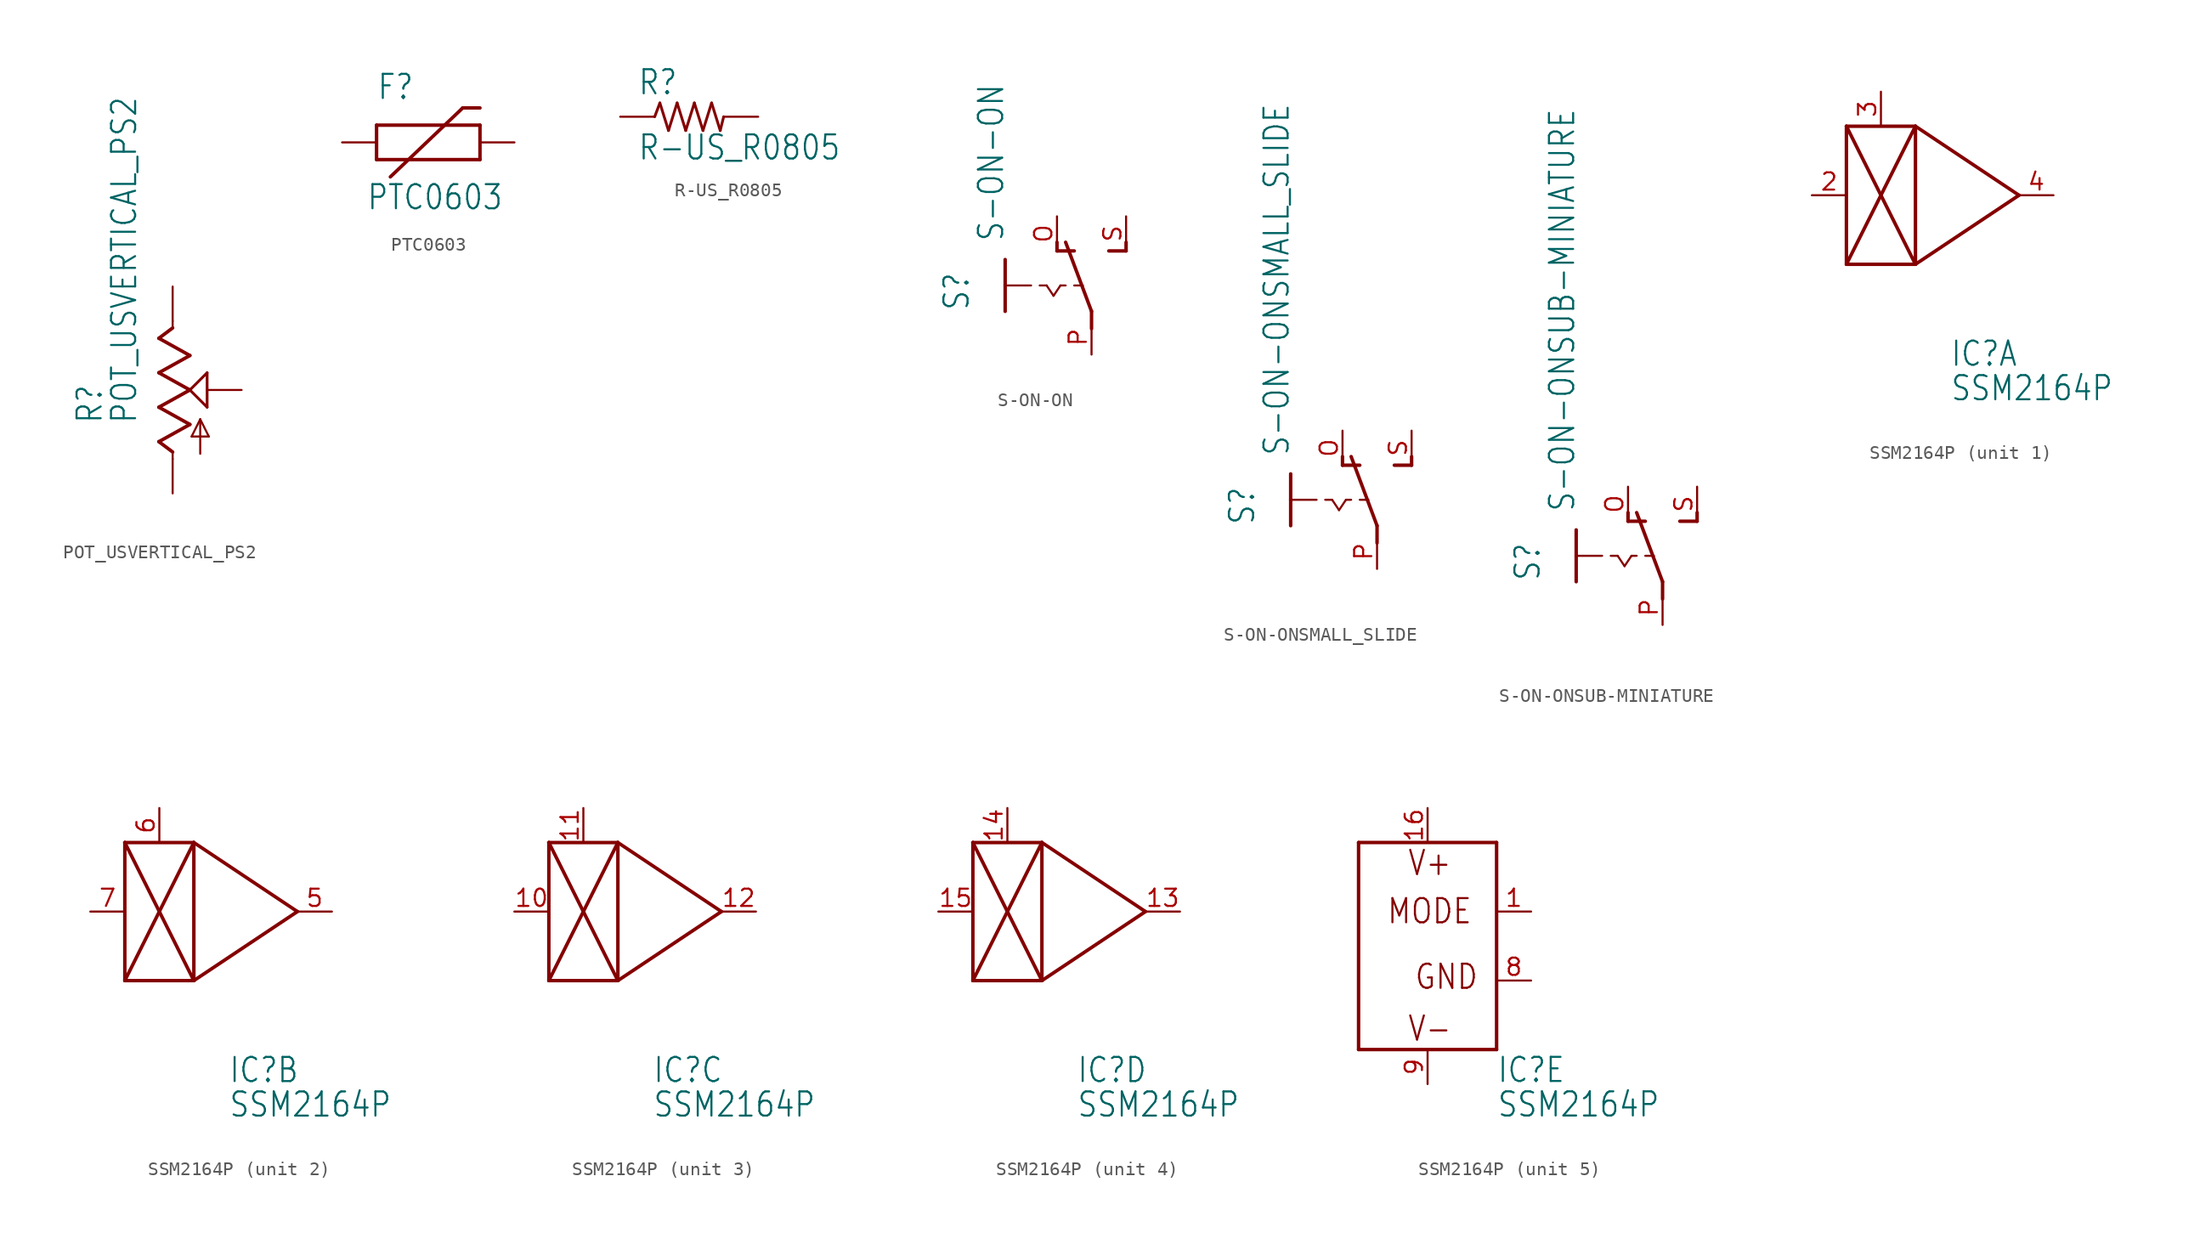
<source format=kicad_sym>
(kicad_symbol_lib
  (version 20211014)
  (generator kicad_symbol_editor)
  (symbol "POT_USVERTICAL_PS2"
    (property "Reference" "R"
      (at -5.08 -2.54 90)
      (effects (font (size 1.778 1.511)) (justify left bottom)))
    (property "Value" "POT_USVERTICAL_PS2"
      (at -2.54 -2.54 90)
      (effects (font (size 1.778 1.511)) (justify left bottom)))
    (property "ki_locked" ""
      (at 0 0 0)
      (effects (font (size 1.27 1.27))))
    (symbol "POT_USVERTICAL_PS2_1_0"
      (polyline (pts (xy -1.016 -3.81) (xy 1.27 -2.54)) (stroke (width 0.254) (type default) (color 0 0 0 0)) (fill (type none)))
      (polyline (pts (xy -1.016 -1.27) (xy 1.27 0)) (stroke (width 0.254) (type default) (color 0 0 0 0)) (fill (type none)))
      (polyline (pts (xy -1.016 1.27) (xy 1.27 2.54)) (stroke (width 0.254) (type default) (color 0 0 0 0)) (fill (type none)))
      (polyline (pts (xy -1.016 3.81) (xy 0 4.572)) (stroke (width 0.254) (type default) (color 0 0 0 0)) (fill (type none)))
      (polyline (pts (xy 0 -5.08) (xy 0 -4.572)) (stroke (width 0.152) (type default) (color 0 0 0 0)) (fill (type none)))
      (polyline (pts (xy 0 -4.572) (xy -1.016 -3.81)) (stroke (width 0.254) (type default) (color 0 0 0 0)) (fill (type none)))
      (polyline (pts (xy 0 4.572) (xy 0 5.08)) (stroke (width 0.152) (type default) (color 0 0 0 0)) (fill (type none)))
      (polyline (pts (xy 1.27 -2.54) (xy -1.016 -1.27)) (stroke (width 0.254) (type default) (color 0 0 0 0)) (fill (type none)))
      (polyline (pts (xy 1.27 0) (xy -1.016 1.27)) (stroke (width 0.254) (type default) (color 0 0 0 0)) (fill (type none)))
      (polyline (pts (xy 1.27 0) (xy 2.54 1.27)) (stroke (width 0.203) (type default) (color 0 0 0 0)) (fill (type none)))
      (polyline (pts (xy 1.27 2.54) (xy -1.016 3.81)) (stroke (width 0.254) (type default) (color 0 0 0 0)) (fill (type none)))
      (polyline (pts (xy 1.397 -3.429) (xy 2.032 -2.159)) (stroke (width 0.152) (type default) (color 0 0 0 0)) (fill (type none)))
      (polyline (pts (xy 2.032 -4.699) (xy 2.032 -2.159)) (stroke (width 0.152) (type default) (color 0 0 0 0)) (fill (type none)))
      (polyline (pts (xy 2.032 -2.159) (xy 2.667 -3.429)) (stroke (width 0.152) (type default) (color 0 0 0 0)) (fill (type none)))
      (polyline (pts (xy 2.54 -1.27) (xy 1.27 0)) (stroke (width 0.203) (type default) (color 0 0 0 0)) (fill (type none)))
      (polyline (pts (xy 2.54 1.27) (xy 2.54 -1.27)) (stroke (width 0.203) (type default) (color 0 0 0 0)) (fill (type none)))
      (polyline (pts (xy 2.667 -3.429) (xy 1.397 -3.429)) (stroke (width 0.152) (type default) (color 0 0 0 0)) (fill (type none)))
      (pin passive line (at 0 7.62 270) (length 2.54) (name "E" (effects (font (size 0 0)))) (number "P$1" (effects (font (size 0 0)))))
      (pin passive line (at 5.08 0 180) (length 2.54) (name "S" (effects (font (size 0 0)))) (number "P$2" (effects (font (size 0 0)))))
      (pin passive line (at 0 -7.62 90) (length 2.54) (name "A" (effects (font (size 0 0)))) (number "P$3" (effects (font (size 0 0)))))))
  (symbol "PTC0603"
    (property "Reference" "F"
      (at -2.54 3.048 0)
      (effects (font (size 1.778 1.511)) (justify left bottom)))
    (property "Value" "PTC0603"
      (at -3.302 -5.08 0)
      (effects (font (size 1.778 1.511)) (justify left bottom)))
    (property "ki_locked" ""
      (at 0 0 0)
      (effects (font (size 1.27 1.27))))
    (symbol "PTC0603_1_0"
      (polyline (pts (xy -2.54 -1.27) (xy -2.54 1.27)) (stroke (width 0.254) (type default) (color 0 0 0 0)) (fill (type none)))
      (polyline (pts (xy -2.54 1.27) (xy 5.08 1.27)) (stroke (width 0.254) (type default) (color 0 0 0 0)) (fill (type none)))
      (polyline (pts (xy -1.524 -2.54) (xy 3.81 2.54)) (stroke (width 0.254) (type default) (color 0 0 0 0)) (fill (type none)))
      (polyline (pts (xy 3.81 2.54) (xy 5.08 2.54)) (stroke (width 0.254) (type default) (color 0 0 0 0)) (fill (type none)))
      (polyline (pts (xy 5.08 -1.27) (xy -2.54 -1.27)) (stroke (width 0.254) (type default) (color 0 0 0 0)) (fill (type none)))
      (polyline (pts (xy 5.08 1.27) (xy 5.08 -1.27)) (stroke (width 0.254) (type default) (color 0 0 0 0)) (fill (type none)))
      (pin bidirectional line (at -5.08 0 0) (length 2.54) (name "1" (effects (font (size 0 0)))) (number "1" (effects (font (size 0 0)))))
      (pin bidirectional line (at 7.62 0 180) (length 2.54) (name "2" (effects (font (size 0 0)))) (number "2" (effects (font (size 0 0)))))))
  (symbol "R-US_R0805"
    (property "Reference" "R"
      (at -3.81 1.499 0)
      (effects (font (size 1.778 1.511)) (justify left bottom)))
    (property "Value" "R-US_R0805"
      (at -3.81 -3.302 0)
      (effects (font (size 1.778 1.511)) (justify left bottom)))
    (property "ki_locked" ""
      (at 0 0 0)
      (effects (font (size 1.27 1.27))))
    (symbol "R-US_R0805_1_0"
      (polyline (pts (xy -2.54 0) (xy -2.159 1.016)) (stroke (width 0.203) (type default) (color 0 0 0 0)) (fill (type none)))
      (polyline (pts (xy -2.159 1.016) (xy -1.524 -1.016)) (stroke (width 0.203) (type default) (color 0 0 0 0)) (fill (type none)))
      (polyline (pts (xy -1.524 -1.016) (xy -0.889 1.016)) (stroke (width 0.203) (type default) (color 0 0 0 0)) (fill (type none)))
      (polyline (pts (xy -0.889 1.016) (xy -0.254 -1.016)) (stroke (width 0.203) (type default) (color 0 0 0 0)) (fill (type none)))
      (polyline (pts (xy -0.254 -1.016) (xy 0.381 1.016)) (stroke (width 0.203) (type default) (color 0 0 0 0)) (fill (type none)))
      (polyline (pts (xy 0.381 1.016) (xy 1.016 -1.016)) (stroke (width 0.203) (type default) (color 0 0 0 0)) (fill (type none)))
      (polyline (pts (xy 1.016 -1.016) (xy 1.651 1.016)) (stroke (width 0.203) (type default) (color 0 0 0 0)) (fill (type none)))
      (polyline (pts (xy 1.651 1.016) (xy 2.286 -1.016)) (stroke (width 0.203) (type default) (color 0 0 0 0)) (fill (type none)))
      (polyline (pts (xy 2.286 -1.016) (xy 2.54 0)) (stroke (width 0.203) (type default) (color 0 0 0 0)) (fill (type none)))
      (pin passive line (at -5.08 0 0) (length 2.54) (name "1" (effects (font (size 0 0)))) (number "1" (effects (font (size 0 0)))))
      (pin passive line (at 5.08 0 180) (length 2.54) (name "2" (effects (font (size 0 0)))) (number "2" (effects (font (size 0 0)))))))
  (symbol "S-ON-ON"
    (property "Reference" "S"
      (at -6.35 -1.905 90)
      (effects (font (size 1.778 1.511)) (justify left bottom)))
    (property "Value" "S-ON-ON"
      (at -3.81 3.175 90)
      (effects (font (size 1.778 1.511)) (justify left bottom)))
    (property "ki_locked" ""
      (at 0 0 0)
      (effects (font (size 1.27 1.27))))
    (symbol "S-ON-ON_1_0"
      (polyline (pts (xy -3.81 0) (xy -3.81 -1.905)) (stroke (width 0.254) (type default) (color 0 0 0 0)) (fill (type none)))
      (polyline (pts (xy -3.81 0) (xy -1.905 0)) (stroke (width 0.152) (type default) (color 0 0 0 0)) (fill (type none)))
      (polyline (pts (xy -3.81 1.905) (xy -3.81 0)) (stroke (width 0.254) (type default) (color 0 0 0 0)) (fill (type none)))
      (polyline (pts (xy -1.27 0) (xy -0.762 0)) (stroke (width 0.152) (type default) (color 0 0 0 0)) (fill (type none)))
      (polyline (pts (xy -0.762 0) (xy -0.254 -0.762)) (stroke (width 0.152) (type default) (color 0 0 0 0)) (fill (type none)))
      (polyline (pts (xy -0.254 -0.762) (xy 0.254 0)) (stroke (width 0.152) (type default) (color 0 0 0 0)) (fill (type none)))
      (polyline (pts (xy 0 2.54) (xy 0 3.175)) (stroke (width 0.254) (type default) (color 0 0 0 0)) (fill (type none)))
      (polyline (pts (xy 0 2.54) (xy 1.27 2.54)) (stroke (width 0.254) (type default) (color 0 0 0 0)) (fill (type none)))
      (polyline (pts (xy 0.254 0) (xy 0.635 0)) (stroke (width 0.152) (type default) (color 0 0 0 0)) (fill (type none)))
      (polyline (pts (xy 1.27 0) (xy 1.905 0)) (stroke (width 0.152) (type default) (color 0 0 0 0)) (fill (type none)))
      (polyline (pts (xy 2.54 -3.175) (xy 2.54 -1.905)) (stroke (width 0.254) (type default) (color 0 0 0 0)) (fill (type none)))
      (polyline (pts (xy 2.54 -1.905) (xy 0.635 3.175)) (stroke (width 0.254) (type default) (color 0 0 0 0)) (fill (type none)))
      (polyline (pts (xy 3.81 2.54) (xy 5.08 2.54)) (stroke (width 0.254) (type default) (color 0 0 0 0)) (fill (type none)))
      (polyline (pts (xy 5.08 2.54) (xy 5.08 3.175)) (stroke (width 0.254) (type default) (color 0 0 0 0)) (fill (type none)))
      (pin passive line (at 0 5.08 270) (length 2.54) (name "O" (effects (font (size 0 0)))) (number "O" (effects (font (size 1.27 1.27)))))
      (pin passive line (at 2.54 -5.08 90) (length 2.54) (name "P" (effects (font (size 0 0)))) (number "P" (effects (font (size 1.27 1.27)))))
      (pin passive line (at 5.08 5.08 270) (length 2.54) (name "S" (effects (font (size 0 0)))) (number "S" (effects (font (size 1.27 1.27)))))))
  (symbol "S-ON-ONSMALL_SLIDE"
    (property "Reference" "S"
      (at -6.35 -1.905 90)
      (effects (font (size 1.778 1.511)) (justify left bottom)))
    (property "Value" "S-ON-ONSMALL_SLIDE"
      (at -3.81 3.175 90)
      (effects (font (size 1.778 1.511)) (justify left bottom)))
    (property "ki_locked" ""
      (at 0 0 0)
      (effects (font (size 1.27 1.27))))
    (symbol "S-ON-ONSMALL_SLIDE_1_0"
      (polyline (pts (xy -3.81 0) (xy -3.81 -1.905)) (stroke (width 0.254) (type default) (color 0 0 0 0)) (fill (type none)))
      (polyline (pts (xy -3.81 0) (xy -1.905 0)) (stroke (width 0.152) (type default) (color 0 0 0 0)) (fill (type none)))
      (polyline (pts (xy -3.81 1.905) (xy -3.81 0)) (stroke (width 0.254) (type default) (color 0 0 0 0)) (fill (type none)))
      (polyline (pts (xy -1.27 0) (xy -0.762 0)) (stroke (width 0.152) (type default) (color 0 0 0 0)) (fill (type none)))
      (polyline (pts (xy -0.762 0) (xy -0.254 -0.762)) (stroke (width 0.152) (type default) (color 0 0 0 0)) (fill (type none)))
      (polyline (pts (xy -0.254 -0.762) (xy 0.254 0)) (stroke (width 0.152) (type default) (color 0 0 0 0)) (fill (type none)))
      (polyline (pts (xy 0 2.54) (xy 0 3.175)) (stroke (width 0.254) (type default) (color 0 0 0 0)) (fill (type none)))
      (polyline (pts (xy 0 2.54) (xy 1.27 2.54)) (stroke (width 0.254) (type default) (color 0 0 0 0)) (fill (type none)))
      (polyline (pts (xy 0.254 0) (xy 0.635 0)) (stroke (width 0.152) (type default) (color 0 0 0 0)) (fill (type none)))
      (polyline (pts (xy 1.27 0) (xy 1.905 0)) (stroke (width 0.152) (type default) (color 0 0 0 0)) (fill (type none)))
      (polyline (pts (xy 2.54 -3.175) (xy 2.54 -1.905)) (stroke (width 0.254) (type default) (color 0 0 0 0)) (fill (type none)))
      (polyline (pts (xy 2.54 -1.905) (xy 0.635 3.175)) (stroke (width 0.254) (type default) (color 0 0 0 0)) (fill (type none)))
      (polyline (pts (xy 3.81 2.54) (xy 5.08 2.54)) (stroke (width 0.254) (type default) (color 0 0 0 0)) (fill (type none)))
      (polyline (pts (xy 5.08 2.54) (xy 5.08 3.175)) (stroke (width 0.254) (type default) (color 0 0 0 0)) (fill (type none)))
      (pin passive line (at 0 5.08 270) (length 2.54) (name "O" (effects (font (size 0 0)))) (number "O" (effects (font (size 1.27 1.27)))))
      (pin passive line (at 2.54 -5.08 90) (length 2.54) (name "P" (effects (font (size 0 0)))) (number "P" (effects (font (size 1.27 1.27)))))
      (pin passive line (at 5.08 5.08 270) (length 2.54) (name "S" (effects (font (size 0 0)))) (number "S" (effects (font (size 1.27 1.27)))))))
  (symbol "S-ON-ONSUB-MINIATURE"
    (property "Reference" "S"
      (at -6.35 -1.905 90)
      (effects (font (size 1.778 1.511)) (justify left bottom)))
    (property "Value" "S-ON-ONSUB-MINIATURE"
      (at -3.81 3.175 90)
      (effects (font (size 1.778 1.511)) (justify left bottom)))
    (property "ki_locked" ""
      (at 0 0 0)
      (effects (font (size 1.27 1.27))))
    (symbol "S-ON-ONSUB-MINIATURE_1_0"
      (polyline (pts (xy -3.81 0) (xy -3.81 -1.905)) (stroke (width 0.254) (type default) (color 0 0 0 0)) (fill (type none)))
      (polyline (pts (xy -3.81 0) (xy -1.905 0)) (stroke (width 0.152) (type default) (color 0 0 0 0)) (fill (type none)))
      (polyline (pts (xy -3.81 1.905) (xy -3.81 0)) (stroke (width 0.254) (type default) (color 0 0 0 0)) (fill (type none)))
      (polyline (pts (xy -1.27 0) (xy -0.762 0)) (stroke (width 0.152) (type default) (color 0 0 0 0)) (fill (type none)))
      (polyline (pts (xy -0.762 0) (xy -0.254 -0.762)) (stroke (width 0.152) (type default) (color 0 0 0 0)) (fill (type none)))
      (polyline (pts (xy -0.254 -0.762) (xy 0.254 0)) (stroke (width 0.152) (type default) (color 0 0 0 0)) (fill (type none)))
      (polyline (pts (xy 0 2.54) (xy 0 3.175)) (stroke (width 0.254) (type default) (color 0 0 0 0)) (fill (type none)))
      (polyline (pts (xy 0 2.54) (xy 1.27 2.54)) (stroke (width 0.254) (type default) (color 0 0 0 0)) (fill (type none)))
      (polyline (pts (xy 0.254 0) (xy 0.635 0)) (stroke (width 0.152) (type default) (color 0 0 0 0)) (fill (type none)))
      (polyline (pts (xy 1.27 0) (xy 1.905 0)) (stroke (width 0.152) (type default) (color 0 0 0 0)) (fill (type none)))
      (polyline (pts (xy 2.54 -3.175) (xy 2.54 -1.905)) (stroke (width 0.254) (type default) (color 0 0 0 0)) (fill (type none)))
      (polyline (pts (xy 2.54 -1.905) (xy 0.635 3.175)) (stroke (width 0.254) (type default) (color 0 0 0 0)) (fill (type none)))
      (polyline (pts (xy 3.81 2.54) (xy 5.08 2.54)) (stroke (width 0.254) (type default) (color 0 0 0 0)) (fill (type none)))
      (polyline (pts (xy 5.08 2.54) (xy 5.08 3.175)) (stroke (width 0.254) (type default) (color 0 0 0 0)) (fill (type none)))
      (pin passive line (at 0 5.08 270) (length 2.54) (name "O" (effects (font (size 0 0)))) (number "O" (effects (font (size 1.27 1.27)))))
      (pin passive line (at 2.54 -5.08 90) (length 2.54) (name "P" (effects (font (size 0 0)))) (number "P" (effects (font (size 1.27 1.27)))))
      (pin passive line (at 5.08 5.08 270) (length 2.54) (name "S" (effects (font (size 0 0)))) (number "S" (effects (font (size 1.27 1.27)))))))
  (symbol "SSM2164P"
    (property "Reference" "IC"
      (at 5.08 -12.7 0)
      (effects (font (size 1.778 1.511)) (justify left bottom)))
    (property "Value" "SSM2164P"
      (at 5.08 -15.24 0)
      (effects (font (size 1.778 1.511)) (justify left bottom)))
    (property "ki_locked" ""
      (at 0 0 0)
      (effects (font (size 1.27 1.27))))
    (symbol "SSM2164P_1_0"
      (polyline (pts (xy -2.54 -5.08) (xy 2.54 -5.08)) (stroke (width 0.254) (type default) (color 0 0 0 0)) (fill (type none)))
      (polyline (pts (xy -2.54 -5.08) (xy 2.54 5.08)) (stroke (width 0.254) (type default) (color 0 0 0 0)) (fill (type none)))
      (polyline (pts (xy -2.54 5.08) (xy -2.54 -5.08)) (stroke (width 0.254) (type default) (color 0 0 0 0)) (fill (type none)))
      (polyline (pts (xy -2.54 5.08) (xy 2.54 -5.08)) (stroke (width 0.254) (type default) (color 0 0 0 0)) (fill (type none)))
      (polyline (pts (xy 2.54 -5.08) (xy 2.54 5.08)) (stroke (width 0.254) (type default) (color 0 0 0 0)) (fill (type none)))
      (polyline (pts (xy 2.54 5.08) (xy -2.54 5.08)) (stroke (width 0.254) (type default) (color 0 0 0 0)) (fill (type none)))
      (polyline (pts (xy 2.54 5.08) (xy 10.16 0)) (stroke (width 0.254) (type default) (color 0 0 0 0)) (fill (type none)))
      (polyline (pts (xy 10.16 0) (xy 2.54 -5.08)) (stroke (width 0.254) (type default) (color 0 0 0 0)) (fill (type none)))
      (pin input line (at -5.08 0 0) (length 2.54) (name "IN" (effects (font (size 0 0)))) (number "2" (effects (font (size 1.27 1.27)))))
      (pin input line (at 0 7.62 270) (length 2.54) (name "CTRL" (effects (font (size 0 0)))) (number "3" (effects (font (size 1.27 1.27)))))
      (pin output line (at 12.7 0 180) (length 2.54) (name "OUT" (effects (font (size 0 0)))) (number "4" (effects (font (size 1.27 1.27))))))
    (symbol "SSM2164P_2_0"
      (polyline (pts (xy -2.54 -5.08) (xy 2.54 -5.08)) (stroke (width 0.254) (type default) (color 0 0 0 0)) (fill (type none)))
      (polyline (pts (xy -2.54 -5.08) (xy 2.54 5.08)) (stroke (width 0.254) (type default) (color 0 0 0 0)) (fill (type none)))
      (polyline (pts (xy -2.54 5.08) (xy -2.54 -5.08)) (stroke (width 0.254) (type default) (color 0 0 0 0)) (fill (type none)))
      (polyline (pts (xy -2.54 5.08) (xy 2.54 -5.08)) (stroke (width 0.254) (type default) (color 0 0 0 0)) (fill (type none)))
      (polyline (pts (xy 2.54 -5.08) (xy 2.54 5.08)) (stroke (width 0.254) (type default) (color 0 0 0 0)) (fill (type none)))
      (polyline (pts (xy 2.54 5.08) (xy -2.54 5.08)) (stroke (width 0.254) (type default) (color 0 0 0 0)) (fill (type none)))
      (polyline (pts (xy 2.54 5.08) (xy 10.16 0)) (stroke (width 0.254) (type default) (color 0 0 0 0)) (fill (type none)))
      (polyline (pts (xy 10.16 0) (xy 2.54 -5.08)) (stroke (width 0.254) (type default) (color 0 0 0 0)) (fill (type none)))
      (pin output line (at 12.7 0 180) (length 2.54) (name "OUT" (effects (font (size 0 0)))) (number "5" (effects (font (size 1.27 1.27)))))
      (pin input line (at 0 7.62 270) (length 2.54) (name "CTRL" (effects (font (size 0 0)))) (number "6" (effects (font (size 1.27 1.27)))))
      (pin input line (at -5.08 0 0) (length 2.54) (name "IN" (effects (font (size 0 0)))) (number "7" (effects (font (size 1.27 1.27))))))
    (symbol "SSM2164P_3_0"
      (polyline (pts (xy -2.54 -5.08) (xy 2.54 -5.08)) (stroke (width 0.254) (type default) (color 0 0 0 0)) (fill (type none)))
      (polyline (pts (xy -2.54 -5.08) (xy 2.54 5.08)) (stroke (width 0.254) (type default) (color 0 0 0 0)) (fill (type none)))
      (polyline (pts (xy -2.54 5.08) (xy -2.54 -5.08)) (stroke (width 0.254) (type default) (color 0 0 0 0)) (fill (type none)))
      (polyline (pts (xy -2.54 5.08) (xy 2.54 -5.08)) (stroke (width 0.254) (type default) (color 0 0 0 0)) (fill (type none)))
      (polyline (pts (xy 2.54 -5.08) (xy 2.54 5.08)) (stroke (width 0.254) (type default) (color 0 0 0 0)) (fill (type none)))
      (polyline (pts (xy 2.54 5.08) (xy -2.54 5.08)) (stroke (width 0.254) (type default) (color 0 0 0 0)) (fill (type none)))
      (polyline (pts (xy 2.54 5.08) (xy 10.16 0)) (stroke (width 0.254) (type default) (color 0 0 0 0)) (fill (type none)))
      (polyline (pts (xy 10.16 0) (xy 2.54 -5.08)) (stroke (width 0.254) (type default) (color 0 0 0 0)) (fill (type none)))
      (pin input line (at -5.08 0 0) (length 2.54) (name "IN" (effects (font (size 0 0)))) (number "10" (effects (font (size 1.27 1.27)))))
      (pin input line (at 0 7.62 270) (length 2.54) (name "CTRL" (effects (font (size 0 0)))) (number "11" (effects (font (size 1.27 1.27)))))
      (pin output line (at 12.7 0 180) (length 2.54) (name "OUT" (effects (font (size 0 0)))) (number "12" (effects (font (size 1.27 1.27))))))
    (symbol "SSM2164P_4_0"
      (polyline (pts (xy -2.54 -5.08) (xy 2.54 -5.08)) (stroke (width 0.254) (type default) (color 0 0 0 0)) (fill (type none)))
      (polyline (pts (xy -2.54 -5.08) (xy 2.54 5.08)) (stroke (width 0.254) (type default) (color 0 0 0 0)) (fill (type none)))
      (polyline (pts (xy -2.54 5.08) (xy -2.54 -5.08)) (stroke (width 0.254) (type default) (color 0 0 0 0)) (fill (type none)))
      (polyline (pts (xy -2.54 5.08) (xy 2.54 -5.08)) (stroke (width 0.254) (type default) (color 0 0 0 0)) (fill (type none)))
      (polyline (pts (xy 2.54 -5.08) (xy 2.54 5.08)) (stroke (width 0.254) (type default) (color 0 0 0 0)) (fill (type none)))
      (polyline (pts (xy 2.54 5.08) (xy -2.54 5.08)) (stroke (width 0.254) (type default) (color 0 0 0 0)) (fill (type none)))
      (polyline (pts (xy 2.54 5.08) (xy 10.16 0)) (stroke (width 0.254) (type default) (color 0 0 0 0)) (fill (type none)))
      (polyline (pts (xy 10.16 0) (xy 2.54 -5.08)) (stroke (width 0.254) (type default) (color 0 0 0 0)) (fill (type none)))
      (pin output line (at 12.7 0 180) (length 2.54) (name "OUT" (effects (font (size 0 0)))) (number "13" (effects (font (size 1.27 1.27)))))
      (pin input line (at 0 7.62 270) (length 2.54) (name "CTRL" (effects (font (size 0 0)))) (number "14" (effects (font (size 1.27 1.27)))))
      (pin input line (at -5.08 0 0) (length 2.54) (name "IN" (effects (font (size 0 0)))) (number "15" (effects (font (size 1.27 1.27))))))
    (symbol "SSM2164P_5_0"
      (polyline (pts (xy -5.08 -10.16) (xy -5.08 5.08)) (stroke (width 0.254) (type default) (color 0 0 0 0)) (fill (type none)))
      (polyline (pts (xy -5.08 5.08) (xy 5.08 5.08)) (stroke (width 0.254) (type default) (color 0 0 0 0)) (fill (type none)))
      (polyline (pts (xy 5.08 -10.16) (xy -5.08 -10.16)) (stroke (width 0.254) (type default) (color 0 0 0 0)) (fill (type none)))
      (polyline (pts (xy 5.08 5.08) (xy 5.08 -10.16)) (stroke (width 0.254) (type default) (color 0 0 0 0)) (fill (type none)))
      (text "GND" (at -1.016 -5.842 0) (effects (font (size 1.778 1.511)) (justify left bottom)))
      (text "MODE" (at -3.048 -1.016 0) (effects (font (size 1.778 1.511)) (justify left bottom)))
      (text "V+" (at -1.524 2.54 0) (effects (font (size 1.778 1.511)) (justify left bottom)))
      (text "V-" (at -1.524 -9.652 0) (effects (font (size 1.778 1.511)) (justify left bottom)))
      (pin input line (at 7.62 0 180) (length 2.54) (name "MODE" (effects (font (size 0 0)))) (number "1" (effects (font (size 1.27 1.27)))))
      (pin power_in line (at 0 7.62 270) (length 2.54) (name "V+" (effects (font (size 0 0)))) (number "16" (effects (font (size 1.27 1.27)))))
      (pin power_in line (at 7.62 -5.08 180) (length 2.54) (name "GND" (effects (font (size 0 0)))) (number "8" (effects (font (size 1.27 1.27)))))
      (pin power_in line (at 0 -12.7 90) (length 2.54) (name "V-" (effects (font (size 0 0)))) (number "9" (effects (font (size 1.27 1.27))))))))
</source>
